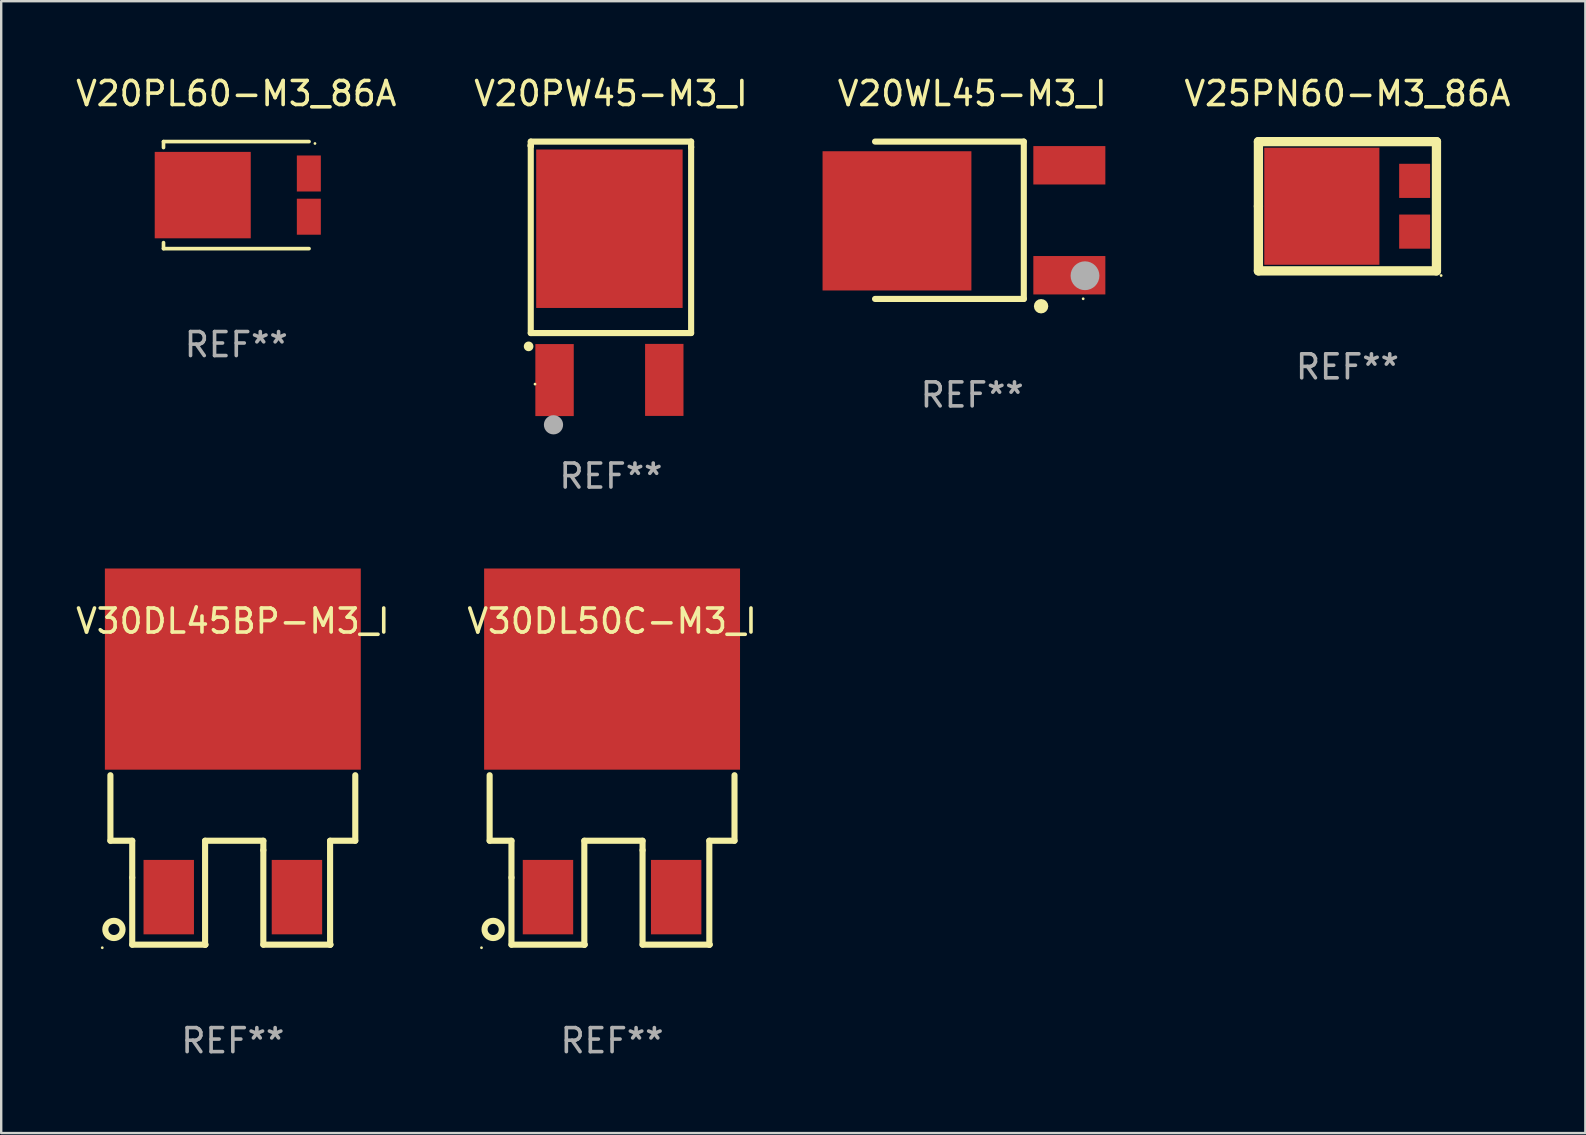
<source format=kicad_pcb>
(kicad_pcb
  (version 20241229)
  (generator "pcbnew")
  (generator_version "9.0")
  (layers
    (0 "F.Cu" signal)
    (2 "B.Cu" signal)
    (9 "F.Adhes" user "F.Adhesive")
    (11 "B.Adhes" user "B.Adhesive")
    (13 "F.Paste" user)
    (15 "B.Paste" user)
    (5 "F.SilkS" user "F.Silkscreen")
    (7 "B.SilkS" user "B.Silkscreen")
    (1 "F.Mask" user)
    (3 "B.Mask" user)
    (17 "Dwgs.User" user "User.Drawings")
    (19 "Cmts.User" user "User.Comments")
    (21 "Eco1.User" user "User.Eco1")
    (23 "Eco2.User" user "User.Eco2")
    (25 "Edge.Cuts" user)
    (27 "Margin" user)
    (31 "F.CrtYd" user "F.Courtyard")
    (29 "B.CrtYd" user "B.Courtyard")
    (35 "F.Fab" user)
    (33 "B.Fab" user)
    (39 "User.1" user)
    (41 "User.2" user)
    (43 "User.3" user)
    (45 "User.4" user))
  (footprint "V25PN60-M3_86A"
    (layer "F.Cu")
    (at 53.078 5.541)
    (property "Reference" "V25PN60-M3_86A" (at 0 -4.692 0) (layer "F.SilkS") (effects (font (size 1 1) (thickness 0.15))))
    (attr through_hole)
    (fp_line (start -3.708 -2.692) (end 3.708 -2.692) (stroke (width 0.387) (type solid)) (layer "F.SilkS"))
    (fp_line (start -3.708 0) (end -3.708 -2.692) (stroke (width 0.387) (type solid)) (layer "F.SilkS"))
    (fp_line (start -3.708 2.692) (end -3.708 0) (stroke (width 0.387) (type solid)) (layer "F.SilkS"))
    (fp_line (start 3.708 -2.692) (end 3.708 2.692) (stroke (width 0.387) (type solid)) (layer "F.SilkS"))
    (fp_line (start 3.708 2.692) (end -3.708 2.692) (stroke (width 0.387) (type solid)) (layer "F.SilkS"))
    (fp_circle (center 3.902 2.886) (end 3.932 2.886) (stroke (width 0.06) (type solid)) (fill no) (layer "F.SilkS"))
    (fp_text user "REF**" (at 0 6.692 0) (layer "F.Fab") (effects (font (size 1 1) (thickness 0.15))))
    (pad "1" smd rect (at 2.799 1.057) (size 1.29 1.422) (layers "F.Cu" "F.Mask" "F.Paste"))
    (pad "2" smd rect (at 2.799 -1.057) (size 1.29 1.422) (layers "F.Cu" "F.Mask" "F.Paste"))
    (pad "3" smd rect (at -1.067 0) (size 4.796 4.877) (layers "F.Cu" "F.Mask" "F.Paste")))
  (footprint "V20WL45-M3_I"
    (layer "F.Cu")
    (at 37.447 6.125)
    (property "Reference" "V20WL45-M3_I" (at 0 -5.277 0) (layer "F.SilkS") (effects (font (size 1 1) (thickness 0.15))))
    (attr through_hole)
    (fp_line (start -4.047 -3.277) (end 2.15 -3.277) (stroke (width 0.254) (type solid)) (layer "F.SilkS"))
    (fp_line (start 2.15 -3.277) (end 2.15 3.277) (stroke (width 0.254) (type solid)) (layer "F.SilkS"))
    (fp_line (start 2.15 3.277) (end -4.047 3.277) (stroke (width 0.254) (type solid)) (layer "F.SilkS"))
    (fp_circle (center 2.87 3.581) (end 3.02 3.581) (stroke (width 0.3) (type solid)) (fill no) (layer "F.SilkS"))
    (fp_circle (center 4.623 3.27) (end 4.653 3.27) (stroke (width 0.06) (type solid)) (fill no) (layer "F.SilkS"))
    (fp_circle (center 4.699 2.311) (end 4.999 2.311) (stroke (width 0.6) (type solid)) (fill no) (layer "F.Fab"))
    (fp_text user "REF**" (at 0 7.277 0) (layer "F.Fab") (effects (font (size 1 1) (thickness 0.15))))
    (pad "1" smd rect (at 4.047 2.29) (size 3 1.6) (layers "F.Cu" "F.Mask" "F.Paste"))
    (pad "3" smd rect (at 4.047 -2.29) (size 3 1.6) (layers "F.Cu" "F.Mask" "F.Paste"))
    (pad "4" smd rect (at -3.133 0.025) (size 6.2 5.8) (layers "F.Cu" "F.Mask" "F.Paste")))
  (footprint "V20PW45-M3_I"
    (layer "F.Cu")
    (at 22.399 7.815)
    (property "Reference" "V20PW45-M3_I" (at 0 -6.967 0) (layer "F.SilkS") (effects (font (size 1 1) (thickness 0.15))))
    (attr through_hole)
    (fp_line (start -3.34 -4.967) (end 3.34 -4.967) (stroke (width 0.254) (type solid)) (layer "F.SilkS"))
    (fp_line (start -3.34 -4.789) (end -3.34 -4.967) (stroke (width 0.254) (type solid)) (layer "F.SilkS"))
    (fp_line (start -3.34 -4.789) (end -3.34 3.009) (stroke (width 0.254) (type solid)) (layer "F.SilkS"))
    (fp_line (start -3.34 3.009) (end 3.34 3.009) (stroke (width 0.254) (type solid)) (layer "F.SilkS"))
    (fp_line (start -3.338 -4.835) (end -3.34 -4.789) (stroke (width 0.254) (type solid)) (layer "F.SilkS"))
    (fp_line (start -3.338 -4.835) (end -3.34 -4.789) (stroke (width 0.254) (type solid)) (layer "F.SilkS"))
    (fp_line (start 3.34 -4.967) (end 3.34 -4.738) (stroke (width 0.254) (type solid)) (layer "F.SilkS"))
    (fp_line (start 3.34 -4.738) (end 3.34 -4.738) (stroke (width 0.254) (type solid)) (layer "F.SilkS"))
    (fp_line (start 3.34 3.009) (end 3.34 -4.738) (stroke (width 0.254) (type solid)) (layer "F.SilkS"))
    (fp_arc (start -3.429667 3.564364) (mid -3.429671 3.563094) (end -3.429667 3.561824) (stroke (width 0.4) (type solid)) (layer "F.SilkS"))
    (fp_circle (center -3.163 5.135) (end -3.133 5.135) (stroke (width 0.06) (type solid)) (fill no) (layer "F.SilkS"))
    (fp_circle (center -2.393 6.83) (end -2.193 6.83) (stroke (width 0.4) (type solid)) (fill no) (layer "F.Fab"))
    (fp_text user "REF**" (at 0 8.967 0) (layer "F.Fab") (effects (font (size 1 1) (thickness 0.15))))
    (pad "1" smd rect (at -2.349 4.967) (size 1.6 3) (layers "F.Cu" "F.Mask" "F.Paste"))
    (pad "2" smd rect (at 2.222 4.96 180) (size 1.6 3) (layers "F.Cu" "F.Mask" "F.Paste"))
    (pad "3" smd rect (at -0.064 -1.337) (size 6.1 6.6) (layers "F.Cu" "F.Mask" "F.Paste")))
  (footprint "V20PL60-M3_86A"
    (layer "F.Cu")
    (at 6.792 5.077)
    (property "Reference" "V20PL60-M3_86A" (at 0 -4.229 0) (layer "F.SilkS") (effects (font (size 1 1) (thickness 0.15))))
    (attr through_hole)
    (fp_line (start -3.031 -2.229) (end -3.031 -1.98) (stroke (width 0.152) (type solid)) (layer "F.SilkS"))
    (fp_line (start -3.031 1.98) (end -3.031 2.229) (stroke (width 0.152) (type solid)) (layer "F.SilkS"))
    (fp_line (start 3.031 -2.229) (end -3.031 -2.229) (stroke (width 0.152) (type solid)) (layer "F.SilkS"))
    (fp_line (start 3.031 2.229) (end -3.031 2.229) (stroke (width 0.152) (type solid)) (layer "F.SilkS"))
    (fp_circle (center 3.278 -2.15) (end 3.308 -2.15) (stroke (width 0.06) (type solid)) (fill no) (layer "F.SilkS"))
    (fp_text user "REF**" (at 0 6.229 0) (layer "F.Fab") (effects (font (size 1 1) (thickness 0.15))))
    (pad "1" smd rect (at 3.023 -0.9) (size 1 1.5) (layers "F.Cu" "F.Mask" "F.Paste"))
    (pad "2" smd rect (at 3.023 0.9) (size 1 1.5) (layers "F.Cu" "F.Mask" "F.Paste"))
    (pad "3" smd rect (at -1.397 0) (size 4 3.6) (layers "F.Cu" "F.Mask" "F.Paste")))
  (footprint "V30DL45BP-M3_I"
    (layer "F.Cu")
    (at 6.649 30.561)
    (property "Reference" "V30DL45BP-M3_I" (at 0 -7.74 0) (layer "F.SilkS") (effects (font (size 1 1) (thickness 0.15))))
    (attr through_hole)
    (fp_line (start -5.1 1.41) (end -5.1 -1.319) (stroke (width 0.254) (type solid)) (layer "F.SilkS"))
    (fp_line (start -5.1 1.41) (end -4.191 1.41) (stroke (width 0.254) (type solid)) (layer "F.SilkS"))
    (fp_line (start -4.191 1.41) (end -4.191 2.946) (stroke (width 0.254) (type solid)) (layer "F.SilkS"))
    (fp_line (start -4.191 2.946) (end -4.191 5.74) (stroke (width 0.254) (type solid)) (layer "F.SilkS"))
    (fp_line (start -4.191 5.74) (end -1.143 5.74) (stroke (width 0.254) (type solid)) (layer "F.SilkS"))
    (fp_line (start -1.156 1.41) (end 1.27 1.41) (stroke (width 0.254) (type solid)) (layer "F.SilkS"))
    (fp_line (start -1.156 5.74) (end -1.156 1.41) (stroke (width 0.254) (type solid)) (layer "F.SilkS"))
    (fp_line (start -1.143 5.74) (end -1.156 5.74) (stroke (width 0.254) (type solid)) (layer "F.SilkS"))
    (fp_line (start 1.27 1.41) (end 1.27 1.803) (stroke (width 0.254) (type solid)) (layer "F.SilkS"))
    (fp_line (start 1.27 1.803) (end 1.27 5.74) (stroke (width 0.254) (type solid)) (layer "F.SilkS"))
    (fp_line (start 1.27 5.74) (end 4.064 5.74) (stroke (width 0.254) (type solid)) (layer "F.SilkS"))
    (fp_line (start 4.051 1.41) (end 5.1 1.41) (stroke (width 0.254) (type solid)) (layer "F.SilkS"))
    (fp_line (start 4.051 5.74) (end 4.051 1.41) (stroke (width 0.254) (type solid)) (layer "F.SilkS"))
    (fp_line (start 4.064 5.74) (end 4.051 5.74) (stroke (width 0.254) (type solid)) (layer "F.SilkS"))
    (fp_line (start 5.1 1.41) (end 5.1 -1.319) (stroke (width 0.254) (type solid)) (layer "F.SilkS"))
    (fp_circle (center -5.439 5.867) (end -5.409 5.867) (stroke (width 0.06) (type solid)) (fill no) (layer "F.SilkS"))
    (fp_circle (center -4.953 5.105) (end -4.594 5.105) (stroke (width 0.254) (type solid)) (fill no) (layer "F.SilkS"))
    (fp_text user "REF**" (at 0 9.74 0) (layer "F.Fab") (effects (font (size 1 1) (thickness 0.15))))
    (pad "1" smd rect (at -2.67 3.759) (size 2.1 3.1) (layers "F.Cu" "F.Mask" "F.Paste"))
    (pad "2" smd rect (at 2.67 3.759) (size 2.1 3.1) (layers "F.Cu" "F.Mask" "F.Paste"))
    (pad "3" smd rect (at 0 -5.74) (size 10.66 8.38) (layers "F.Cu" "F.Mask" "F.Paste")))
  (footprint "V30DL50C-M3_I"
    (layer "F.Cu")
    (at 22.446 30.561)
    (property "Reference" "V30DL50C-M3_I" (at 0 -7.74 0) (layer "F.SilkS") (effects (font (size 1 1) (thickness 0.15))))
    (attr through_hole)
    (fp_line (start -5.1 1.41) (end -5.1 -1.319) (stroke (width 0.254) (type solid)) (layer "F.SilkS"))
    (fp_line (start -5.1 1.41) (end -4.191 1.41) (stroke (width 0.254) (type solid)) (layer "F.SilkS"))
    (fp_line (start -4.191 1.41) (end -4.191 2.946) (stroke (width 0.254) (type solid)) (layer "F.SilkS"))
    (fp_line (start -4.191 2.946) (end -4.191 5.74) (stroke (width 0.254) (type solid)) (layer "F.SilkS"))
    (fp_line (start -4.191 5.74) (end -1.143 5.74) (stroke (width 0.254) (type solid)) (layer "F.SilkS"))
    (fp_line (start -1.156 1.41) (end 1.27 1.41) (stroke (width 0.254) (type solid)) (layer "F.SilkS"))
    (fp_line (start -1.156 5.74) (end -1.156 1.41) (stroke (width 0.254) (type solid)) (layer "F.SilkS"))
    (fp_line (start -1.143 5.74) (end -1.156 5.74) (stroke (width 0.254) (type solid)) (layer "F.SilkS"))
    (fp_line (start 1.27 1.41) (end 1.27 1.803) (stroke (width 0.254) (type solid)) (layer "F.SilkS"))
    (fp_line (start 1.27 1.803) (end 1.27 5.74) (stroke (width 0.254) (type solid)) (layer "F.SilkS"))
    (fp_line (start 1.27 5.74) (end 4.064 5.74) (stroke (width 0.254) (type solid)) (layer "F.SilkS"))
    (fp_line (start 4.051 1.41) (end 5.1 1.41) (stroke (width 0.254) (type solid)) (layer "F.SilkS"))
    (fp_line (start 4.051 5.74) (end 4.051 1.41) (stroke (width 0.254) (type solid)) (layer "F.SilkS"))
    (fp_line (start 4.064 5.74) (end 4.051 5.74) (stroke (width 0.254) (type solid)) (layer "F.SilkS"))
    (fp_line (start 5.1 1.41) (end 5.1 -1.319) (stroke (width 0.254) (type solid)) (layer "F.SilkS"))
    (fp_circle (center -5.439 5.867) (end -5.409 5.867) (stroke (width 0.06) (type solid)) (fill no) (layer "F.SilkS"))
    (fp_circle (center -4.953 5.105) (end -4.594 5.105) (stroke (width 0.254) (type solid)) (fill no) (layer "F.SilkS"))
    (fp_text user "REF**" (at 0 9.74 0) (layer "F.Fab") (effects (font (size 1 1) (thickness 0.15))))
    (pad "1" smd rect (at -2.67 3.759) (size 2.1 3.1) (layers "F.Cu" "F.Mask" "F.Paste"))
    (pad "2" smd rect (at 2.67 3.759) (size 2.1 3.1) (layers "F.Cu" "F.Mask" "F.Paste"))
    (pad "3" smd rect (at 0 -5.74) (size 10.66 8.38) (layers "F.Cu" "F.Mask" "F.Paste")))
  (gr_rect
    (start -3 -3)
    (end 62.989 44.149)
    (stroke (width 0.1) (type default))
    (fill no)
    (layer "Edge.Cuts")))
</source>
